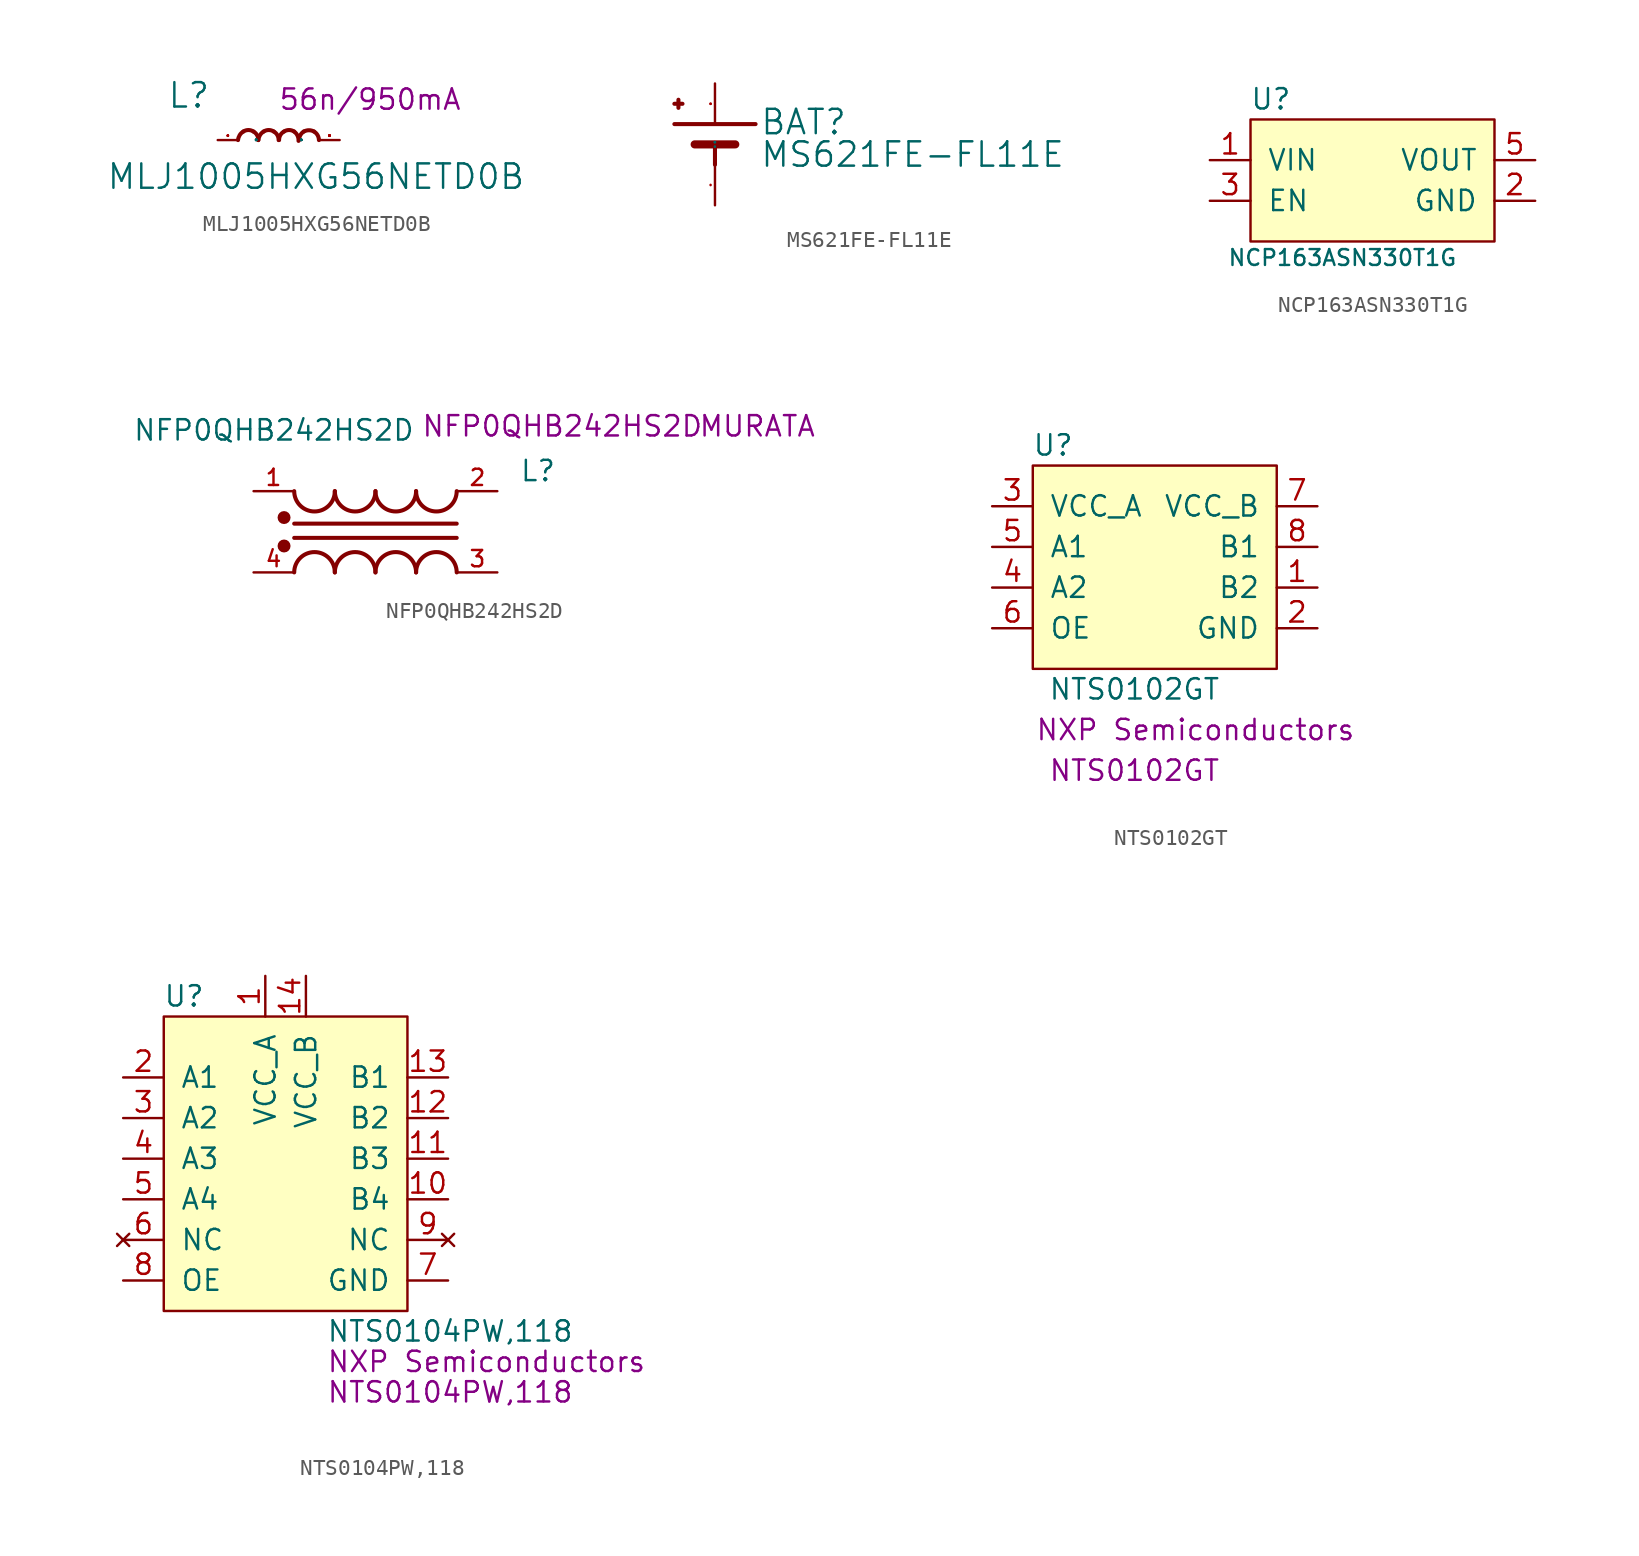
<source format=kicad_sym>
(kicad_symbol_lib
  (version 20211014)
  (generator kicad_symbol_editor)
  (symbol "MLJ1005HXG56NETD0B"
    (pin_names
      (offset 1.016))
    (property "Reference" "L"
      (at -6.985 1.905 0)
      (effects (font (size 1.524 1.524)) (justify left bottom)))
    (property "Value" "MLJ1005HXG56NETD0B"
      (at -10.795 -3.175 0)
      (effects (font (size 1.524 1.524)) (justify left bottom)))
    (property "Val" "56n/950mA"
      (at 5.715 2.54 0)
      (effects (font (size 1.27 1.27))))
    (symbol "MLJ1005HXG56NETD0B_0_1"
      (pin passive line (at -3.81 0 0) (length 1.27) (name "P" (effects (font (size 0.025 0.025)))) (number "1" (effects (font (size 0.025 0.025)))))
      (pin passive line (at 3.81 0 180) (length 1.27) (name "P" (effects (font (size 0.025 0.025)))) (number "2" (effects (font (size 0.025 0.025))))))
    (symbol "MLJ1005HXG56NETD0B_1_1"
      (arc (start -2.2098 0.5334) (mid -2.4364 0.3084) (end -2.54 0) (stroke (width 0.254) (type default) (color 0 0 0 0)) (fill (type none)))
      (arc (start -1.5748 0.5334) (mid -1.894 0.6272) (end -2.2098 0.5334) (stroke (width 0.254) (type default) (color 0 0 0 0)) (fill (type none)))
      (arc (start -1.27 0) (mid -1.3503 0.309) (end -1.5748 0.5334) (stroke (width 0.254) (type default) (color 0 0 0 0)) (fill (type none)))
      (arc (start -0.9398 0.5334) (mid -1.1664 0.3084) (end -1.27 0) (stroke (width 0.254) (type default) (color 0 0 0 0)) (fill (type none)))
      (arc (start -0.3048 0.5334) (mid -0.624 0.6272) (end -0.9398 0.5334) (stroke (width 0.254) (type default) (color 0 0 0 0)) (fill (type none)))
      (arc (start 0 0) (mid -0.0803 0.309) (end -0.3048 0.5334) (stroke (width 0.254) (type default) (color 0 0 0 0)) (fill (type none)))
      (arc (start 0.3302 0.5334) (mid 0.1036 0.3084) (end 0.0254 0) (stroke (width 0.254) (type default) (color 0 0 0 0)) (fill (type none)))
      (arc (start 0.9652 0.5334) (mid 0.646 0.6272) (end 0.3302 0.5334) (stroke (width 0.254) (type default) (color 0 0 0 0)) (fill (type none)))
      (arc (start 1.2446 -0.0508) (mid 1.1813 0.2752) (end 0.9652 0.5334) (stroke (width 0.254) (type default) (color 0 0 0 0)) (fill (type none)))
      (arc (start 1.5748 0.5334) (mid 1.357 0.3053) (end 1.27 0) (stroke (width 0.254) (type default) (color 0 0 0 0)) (fill (type none)))
      (arc (start 2.2098 0.5334) (mid 1.8942 0.6142) (end 1.5748 0.5334) (stroke (width 0.254) (type default) (color 0 0 0 0)) (fill (type none)))
      (arc (start 2.5146 0) (mid 2.4322 0.306) (end 2.2098 0.5334) (stroke (width 0.254) (type default) (color 0 0 0 0)) (fill (type none)))))
  (symbol "MS621FE-FL11E"
    (pin_names
      (offset 1.016))
    (property "Reference" "BAT"
      (at 2.794 -0.762 0)
      (effects (font (size 1.524 1.524)) (justify left bottom)))
    (property "Value" "MS621FE-FL11E"
      (at 2.794 -2.794 0)
      (effects (font (size 1.524 1.524)) (justify left bottom)))
    (symbol "MS621FE-FL11E_0_1"
      (polyline (pts (xy -2.54 0) (xy 2.54 0)) (stroke (width 0.254) (type default) (color 0 0 0 0)) (fill (type none)))
      (polyline (pts (xy -2.54 1.27) (xy -2.032 1.27)) (stroke (width 0.254) (type default) (color 0 0 0 0)) (fill (type none)))
      (polyline (pts (xy -2.286 1.524) (xy -2.286 1.016)) (stroke (width 0.254) (type default) (color 0 0 0 0)) (fill (type none)))
      (polyline (pts (xy -1.27 -1.27) (xy 1.27 -1.27)) (stroke (width 0.508) (type default) (color 0 0 0 0)) (fill (type none)))
      (polyline (pts (xy 0 -2.54) (xy 0 -1.27)) (stroke (width 0.254) (type default) (color 0 0 0 0)) (fill (type none)))
      (pin passive line (at 0 2.54 270) (length 2.54) (name "+" (effects (font (size 0.025 0.025)))) (number "+" (effects (font (size 0.025 0.025)))))
      (pin passive line (at 0 -5.08 90) (length 2.54) (name "-" (effects (font (size 0.025 0.025)))) (number "-" (effects (font (size 0.025 0.025)))))))
  (symbol "NCP163ASN330T1G"
    (pin_names
      (offset 1.016))
    (property "Reference" "U"
      (at -6.35 5.08 0)
      (effects (font (size 1.27 1.27))))
    (property "Value" "NCP163ASN330T1G"
      (at -1.88 -4.826 0)
      (effects (font (size 0.991 0.991))))
    (symbol "NCP163ASN330T1G_0_1"
      (rectangle (start -7.62 3.81) (end 7.62 -3.81) (stroke (width 0) (type default) (color 0 0 0 0)) (fill (type background))))
    (symbol "NCP163ASN330T1G_1_1"
      (pin passive line (at -10.16 1.27 0) (length 2.54) (name "VIN" (effects (font (size 1.27 1.27)))) (number "1" (effects (font (size 1.27 1.27)))))
      (pin passive line (at 10.16 -1.27 180) (length 2.54) (name "GND" (effects (font (size 1.27 1.27)))) (number "2" (effects (font (size 1.27 1.27)))))
      (pin passive line (at -10.16 -1.27 0) (length 2.54) (name "EN" (effects (font (size 1.27 1.27)))) (number "3" (effects (font (size 1.27 1.27)))))
      (pin passive line (at 10.16 1.27 180) (length 2.54) (name "VOUT" (effects (font (size 1.27 1.27)))) (number "5" (effects (font (size 1.27 1.27)))))))
  (symbol "NFP0QHB242HS2D"
    (pin_names
      (offset 1.016))
    (property "Reference" "L"
      (at 10.16 3.81 0)
      (effects (font (size 1.27 1.27))))
    (property "Value" "NFP0QHB242HS2D"
      (at -6.35 6.35 0)
      (effects (font (size 1.27 1.27))))
    (property "MPN" "NFP0QHB242HS2D"
      (at 11.684 6.604 0)
      (effects (font (size 1.27 1.27))))
    (property "Manufacturer" "MURATA"
      (at 23.876 6.604 0)
      (effects (font (size 1.27 1.27))))
    (symbol "NFP0QHB242HS2D_1_1"
      (circle (center -5.715 -0.889) (radius 0.203) (stroke (width 0.406) (type default) (color 0 0 0 0)) (fill (type none)))
      (circle (center -5.715 0.889) (radius 0.203) (stroke (width 0.406) (type default) (color 0 0 0 0)) (fill (type none)))
      (arc (start -5.08 2.54) (mid -3.81 1.27) (end -2.54 2.54) (stroke (width 0.254) (type default) (color 0 0 0 0)) (fill (type none)))
      (arc (start -2.54 -2.54) (mid -3.81 -1.27) (end -5.08 -2.54) (stroke (width 0.254) (type default) (color 0 0 0 0)) (fill (type none)))
      (arc (start -2.54 2.54) (mid -1.27 1.27) (end 0 2.54) (stroke (width 0.254) (type default) (color 0 0 0 0)) (fill (type none)))
      (arc (start 0 -2.54) (mid -1.27 -1.27) (end -2.54 -2.54) (stroke (width 0.254) (type default) (color 0 0 0 0)) (fill (type none)))
      (polyline (pts (xy -5.08 -0.381) (xy 5.08 -0.381)) (stroke (width 0.254) (type default) (color 0 0 0 0)) (fill (type none)))
      (polyline (pts (xy 5.08 0.508) (xy -5.08 0.508)) (stroke (width 0.254) (type default) (color 0 0 0 0)) (fill (type none)))
      (arc (start 0 2.54) (mid 1.27 1.27) (end 2.54 2.54) (stroke (width 0.254) (type default) (color 0 0 0 0)) (fill (type none)))
      (arc (start 2.54 -2.54) (mid 1.27 -1.27) (end 0 -2.54) (stroke (width 0.254) (type default) (color 0 0 0 0)) (fill (type none)))
      (arc (start 2.54 2.54) (mid 3.81 1.27) (end 5.08 2.54) (stroke (width 0.254) (type default) (color 0 0 0 0)) (fill (type none)))
      (arc (start 5.08 -2.54) (mid 3.81 -1.27) (end 2.54 -2.54) (stroke (width 0.254) (type default) (color 0 0 0 0)) (fill (type none)))
      (pin passive line (at -7.62 2.54 0) (length 2.489) (name "~" (effects (font (size 1.016 1.016)))) (number "1" (effects (font (size 1.016 1.016)))))
      (pin passive line (at 7.62 2.54 180) (length 2.489) (name "~" (effects (font (size 1.016 1.016)))) (number "2" (effects (font (size 1.016 1.016)))))
      (pin passive line (at 7.62 -2.54 180) (length 2.489) (name "~" (effects (font (size 1.016 1.016)))) (number "3" (effects (font (size 1.016 1.016)))))
      (pin passive line (at -7.62 -2.54 0) (length 2.489) (name "~" (effects (font (size 1.016 1.016)))) (number "4" (effects (font (size 1.016 1.016)))))))
  (symbol "NTS0102GT"
    (pin_names
      (offset 1.016))
    (property "Reference" "U"
      (at -6.35 10.16 0)
      (effects (font (size 1.27 1.27))))
    (property "Value" "NTS0102GT"
      (at -1.27 -5.08 0)
      (effects (font (size 1.27 1.27))))
    (property "MPN" "NTS0102GT"
      (at -1.27 -10.16 0)
      (effects (font (size 1.27 1.27))))
    (property "Manufacturer" "NXP Semiconductors"
      (at 2.54 -7.62 0)
      (effects (font (size 1.27 1.27))))
    (symbol "NTS0102GT_0_1"
      (rectangle (start -7.62 8.89) (end 7.62 -3.81) (stroke (width 0) (type default) (color 0 0 0 0)) (fill (type background))))
    (symbol "NTS0102GT_1_1"
      (pin bidirectional line (at 10.16 1.27 180) (length 2.54) (name "B2" (effects (font (size 1.27 1.27)))) (number "1" (effects (font (size 1.27 1.27)))))
      (pin power_in line (at 10.16 -1.27 180) (length 2.54) (name "GND" (effects (font (size 1.27 1.27)))) (number "2" (effects (font (size 1.27 1.27)))))
      (pin power_in line (at -10.16 6.35 0) (length 2.54) (name "VCC_A" (effects (font (size 1.27 1.27)))) (number "3" (effects (font (size 1.27 1.27)))))
      (pin bidirectional line (at -10.16 1.27 0) (length 2.54) (name "A2" (effects (font (size 1.27 1.27)))) (number "4" (effects (font (size 1.27 1.27)))))
      (pin bidirectional line (at -10.16 3.81 0) (length 2.54) (name "A1" (effects (font (size 1.27 1.27)))) (number "5" (effects (font (size 1.27 1.27)))))
      (pin power_in line (at -10.16 -1.27 0) (length 2.54) (name "OE" (effects (font (size 1.27 1.27)))) (number "6" (effects (font (size 1.27 1.27)))))
      (pin power_in line (at 10.16 6.35 180) (length 2.54) (name "VCC_B" (effects (font (size 1.27 1.27)))) (number "7" (effects (font (size 1.27 1.27)))))
      (pin bidirectional line (at 10.16 3.81 180) (length 2.54) (name "B1" (effects (font (size 1.27 1.27)))) (number "8" (effects (font (size 1.27 1.27)))))))
  (symbol "NTS0104PW,118"
    (pin_names
      (offset 1.016))
    (property "Reference" "U"
      (at -6.35 10.16 0)
      (effects (font (size 1.27 1.27))))
    (property "Value" "NTS0104PW,118"
      (at 2.54 -10.795 0)
      (effects (font (size 1.27 1.27)) (justify left)))
    (property "MPN" "NTS0104PW,118"
      (at 2.54 -14.605 0)
      (effects (font (size 1.27 1.27)) (justify left)))
    (property "Manufacturer" "NXP Semiconductors"
      (at 2.54 -12.7 0)
      (effects (font (size 1.27 1.27)) (justify left)))
    (symbol "NTS0104PW,118_0_1"
      (rectangle (start -7.62 8.89) (end 7.62 -9.525) (stroke (width 0) (type default) (color 0 0 0 0)) (fill (type background))))
    (symbol "NTS0104PW,118_1_1"
      (pin power_in line (at -1.27 11.43 270) (length 2.54) (name "VCC_A" (effects (font (size 1.27 1.27)))) (number "1" (effects (font (size 1.27 1.27)))))
      (pin bidirectional line (at 10.16 -2.54 180) (length 2.54) (name "B4" (effects (font (size 1.27 1.27)))) (number "10" (effects (font (size 1.27 1.27)))))
      (pin bidirectional line (at 10.16 0 180) (length 2.54) (name "B3" (effects (font (size 1.27 1.27)))) (number "11" (effects (font (size 1.27 1.27)))))
      (pin bidirectional line (at 10.16 2.54 180) (length 2.54) (name "B2" (effects (font (size 1.27 1.27)))) (number "12" (effects (font (size 1.27 1.27)))))
      (pin bidirectional line (at 10.16 5.08 180) (length 2.54) (name "B1" (effects (font (size 1.27 1.27)))) (number "13" (effects (font (size 1.27 1.27)))))
      (pin power_in line (at 1.27 11.43 270) (length 2.54) (name "VCC_B" (effects (font (size 1.27 1.27)))) (number "14" (effects (font (size 1.27 1.27)))))
      (pin bidirectional line (at -10.16 5.08 0) (length 2.54) (name "A1" (effects (font (size 1.27 1.27)))) (number "2" (effects (font (size 1.27 1.27)))))
      (pin bidirectional line (at -10.16 2.54 0) (length 2.54) (name "A2" (effects (font (size 1.27 1.27)))) (number "3" (effects (font (size 1.27 1.27)))))
      (pin bidirectional line (at -10.16 0 0) (length 2.54) (name "A3" (effects (font (size 1.27 1.27)))) (number "4" (effects (font (size 1.27 1.27)))))
      (pin bidirectional line (at -10.16 -2.54 0) (length 2.54) (name "A4" (effects (font (size 1.27 1.27)))) (number "5" (effects (font (size 1.27 1.27)))))
      (pin no_connect line (at -10.16 -5.08 0) (length 2.54) (name "NC" (effects (font (size 1.27 1.27)))) (number "6" (effects (font (size 1.27 1.27)))))
      (pin power_in line (at 10.16 -7.62 180) (length 2.54) (name "GND" (effects (font (size 1.27 1.27)))) (number "7" (effects (font (size 1.27 1.27)))))
      (pin power_in line (at -10.16 -7.62 0) (length 2.54) (name "OE" (effects (font (size 1.27 1.27)))) (number "8" (effects (font (size 1.27 1.27)))))
      (pin no_connect line (at 10.16 -5.08 180) (length 2.54) (name "NC" (effects (font (size 1.27 1.27)))) (number "9" (effects (font (size 1.27 1.27))))))))
</source>
